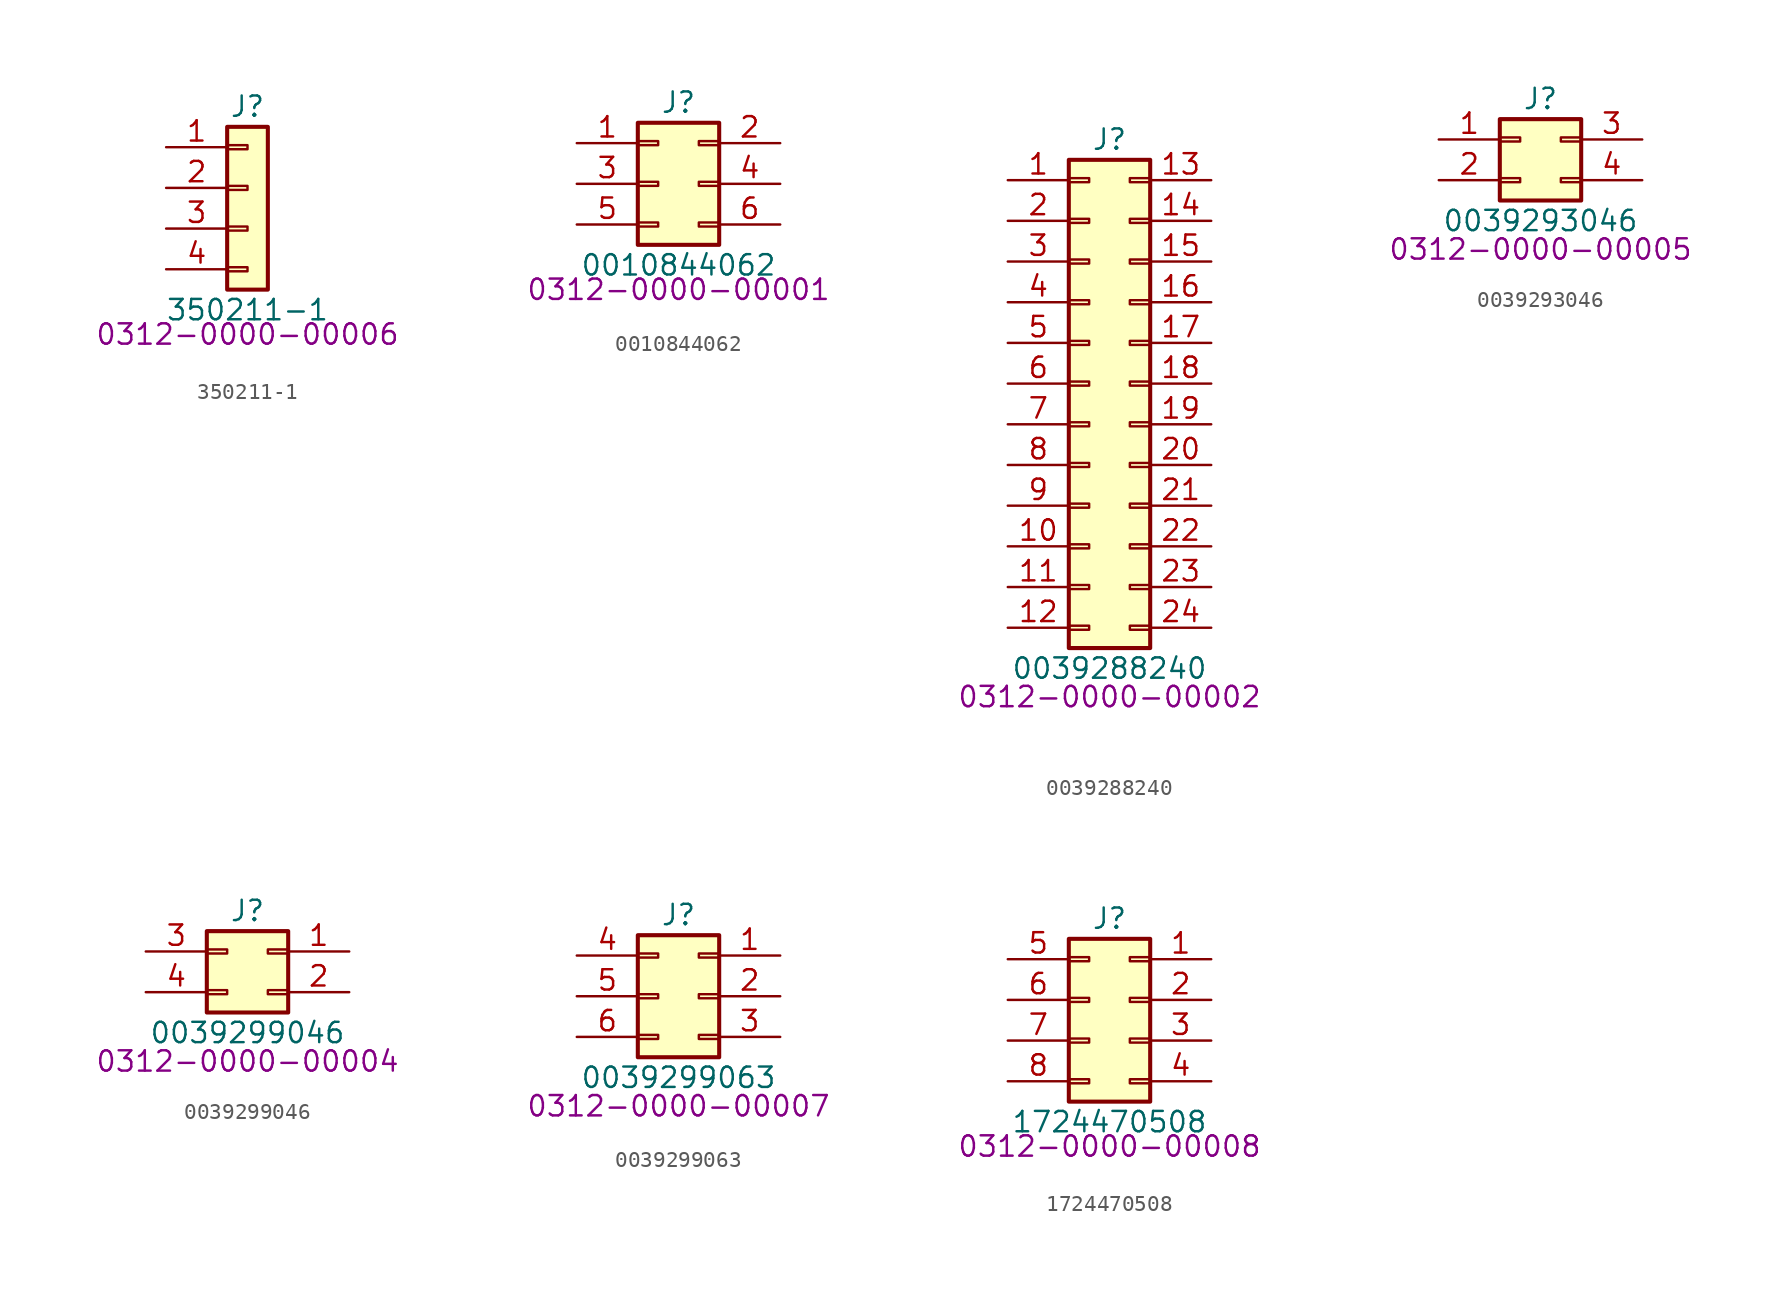
<source format=kicad_sym>
(kicad_symbol_lib
  (version 20231120)
  (generator "kicad_symbol_editor")
  (generator_version "8.0")
  (symbol "350211-1"
    (pin_names
      (offset 1.016) hide)
    (property "Reference" "J"
      (at 0 5.08 0)
      (effects (font (size 1.27 1.27))))
    (property "Value" "350211-1"
      (at 0 -7.62 0)
      (effects (font (size 1.27 1.27))))
    (property "PartNumber" "0312-0000-00006"
      (at 0 -9.144 0)
      (effects (font (size 1.27 1.27))))
    (symbol "350211-1_1_1"
      (rectangle (start -1.27 -4.953) (end 0 -5.207) (stroke (width 0.152) (type default)) (fill (type none)))
      (rectangle (start -1.27 -2.413) (end 0 -2.667) (stroke (width 0.152) (type default)) (fill (type none)))
      (rectangle (start -1.27 0.127) (end 0 -0.127) (stroke (width 0.152) (type default)) (fill (type none)))
      (rectangle (start -1.27 2.667) (end 0 2.413) (stroke (width 0.152) (type default)) (fill (type none)))
      (rectangle (start -1.27 3.81) (end 1.27 -6.35) (stroke (width 0.254) (type default)) (fill (type background)))
      (pin passive line (at -5.08 2.54 0) (length 3.81) (name "Pin_1" (effects (font (size 1.27 1.27)))) (number "1" (effects (font (size 1.27 1.27)))))
      (pin passive line (at -5.08 0 0) (length 3.81) (name "Pin_2" (effects (font (size 1.27 1.27)))) (number "2" (effects (font (size 1.27 1.27)))))
      (pin passive line (at -5.08 -2.54 0) (length 3.81) (name "Pin_3" (effects (font (size 1.27 1.27)))) (number "3" (effects (font (size 1.27 1.27)))))
      (pin passive line (at -5.08 -5.08 0) (length 3.81) (name "Pin_4" (effects (font (size 1.27 1.27)))) (number "4" (effects (font (size 1.27 1.27)))))))
  (symbol "0010844062"
    (pin_names
      (offset 1.016) hide)
    (property "Reference" "J"
      (at 1.27 5.08 0)
      (effects (font (size 1.27 1.27))))
    (property "Value" "0010844062"
      (at 1.27 -5.08 0)
      (effects (font (size 1.27 1.27))))
    (property "PartNumber" "0312-0000-00001"
      (at 1.27 -6.604 0)
      (effects (font (size 1.27 1.27))))
    (symbol "0010844062_1_1"
      (rectangle (start -1.27 -2.413) (end 0 -2.667) (stroke (width 0.152) (type default)) (fill (type none)))
      (rectangle (start -1.27 0.127) (end 0 -0.127) (stroke (width 0.152) (type default)) (fill (type none)))
      (rectangle (start -1.27 2.667) (end 0 2.413) (stroke (width 0.152) (type default)) (fill (type none)))
      (rectangle (start -1.27 3.81) (end 3.81 -3.81) (stroke (width 0.254) (type default)) (fill (type background)))
      (rectangle (start 3.81 -2.413) (end 2.54 -2.667) (stroke (width 0.152) (type default)) (fill (type none)))
      (rectangle (start 3.81 0.127) (end 2.54 -0.127) (stroke (width 0.152) (type default)) (fill (type none)))
      (rectangle (start 3.81 2.667) (end 2.54 2.413) (stroke (width 0.152) (type default)) (fill (type none)))
      (pin passive line (at -5.08 2.54 0) (length 3.81) (name "Pin_1" (effects (font (size 1.27 1.27)))) (number "1" (effects (font (size 1.27 1.27)))))
      (pin passive line (at 7.62 2.54 180) (length 3.81) (name "Pin_2" (effects (font (size 1.27 1.27)))) (number "2" (effects (font (size 1.27 1.27)))))
      (pin passive line (at -5.08 0 0) (length 3.81) (name "Pin_3" (effects (font (size 1.27 1.27)))) (number "3" (effects (font (size 1.27 1.27)))))
      (pin passive line (at 7.62 0 180) (length 3.81) (name "Pin_4" (effects (font (size 1.27 1.27)))) (number "4" (effects (font (size 1.27 1.27)))))
      (pin passive line (at -5.08 -2.54 0) (length 3.81) (name "Pin_5" (effects (font (size 1.27 1.27)))) (number "5" (effects (font (size 1.27 1.27)))))
      (pin passive line (at 7.62 -2.54 180) (length 3.81) (name "Pin_6" (effects (font (size 1.27 1.27)))) (number "6" (effects (font (size 1.27 1.27)))))))
  (symbol "0039288240"
    (pin_names
      (offset 1.016) hide)
    (property "Reference" "J"
      (at 1.27 15.24 0)
      (effects (font (size 1.27 1.27))))
    (property "Value" "0039288240"
      (at 1.27 -17.78 0)
      (effects (font (size 1.27 1.27))))
    (property "PartNumber" "0312-0000-00002"
      (at 1.27 -19.558 0)
      (effects (font (size 1.27 1.27))))
    (symbol "0039288240_1_1"
      (rectangle (start -1.27 -15.113) (end 0 -15.367) (stroke (width 0.152) (type default)) (fill (type none)))
      (rectangle (start -1.27 -12.573) (end 0 -12.827) (stroke (width 0.152) (type default)) (fill (type none)))
      (rectangle (start -1.27 -10.033) (end 0 -10.287) (stroke (width 0.152) (type default)) (fill (type none)))
      (rectangle (start -1.27 -7.493) (end 0 -7.747) (stroke (width 0.152) (type default)) (fill (type none)))
      (rectangle (start -1.27 -4.953) (end 0 -5.207) (stroke (width 0.152) (type default)) (fill (type none)))
      (rectangle (start -1.27 -2.413) (end 0 -2.667) (stroke (width 0.152) (type default)) (fill (type none)))
      (rectangle (start -1.27 0.127) (end 0 -0.127) (stroke (width 0.152) (type default)) (fill (type none)))
      (rectangle (start -1.27 2.667) (end 0 2.413) (stroke (width 0.152) (type default)) (fill (type none)))
      (rectangle (start -1.27 5.207) (end 0 4.953) (stroke (width 0.152) (type default)) (fill (type none)))
      (rectangle (start -1.27 7.747) (end 0 7.493) (stroke (width 0.152) (type default)) (fill (type none)))
      (rectangle (start -1.27 10.287) (end 0 10.033) (stroke (width 0.152) (type default)) (fill (type none)))
      (rectangle (start -1.27 12.827) (end 0 12.573) (stroke (width 0.152) (type default)) (fill (type none)))
      (rectangle (start -1.27 13.97) (end 3.81 -16.51) (stroke (width 0.254) (type default)) (fill (type background)))
      (rectangle (start 3.81 -15.113) (end 2.54 -15.367) (stroke (width 0.152) (type default)) (fill (type none)))
      (rectangle (start 3.81 -12.573) (end 2.54 -12.827) (stroke (width 0.152) (type default)) (fill (type none)))
      (rectangle (start 3.81 -10.033) (end 2.54 -10.287) (stroke (width 0.152) (type default)) (fill (type none)))
      (rectangle (start 3.81 -7.493) (end 2.54 -7.747) (stroke (width 0.152) (type default)) (fill (type none)))
      (rectangle (start 3.81 -4.953) (end 2.54 -5.207) (stroke (width 0.152) (type default)) (fill (type none)))
      (rectangle (start 3.81 -2.413) (end 2.54 -2.667) (stroke (width 0.152) (type default)) (fill (type none)))
      (rectangle (start 3.81 0.127) (end 2.54 -0.127) (stroke (width 0.152) (type default)) (fill (type none)))
      (rectangle (start 3.81 2.667) (end 2.54 2.413) (stroke (width 0.152) (type default)) (fill (type none)))
      (rectangle (start 3.81 5.207) (end 2.54 4.953) (stroke (width 0.152) (type default)) (fill (type none)))
      (rectangle (start 3.81 7.747) (end 2.54 7.493) (stroke (width 0.152) (type default)) (fill (type none)))
      (rectangle (start 3.81 10.287) (end 2.54 10.033) (stroke (width 0.152) (type default)) (fill (type none)))
      (rectangle (start 3.81 12.827) (end 2.54 12.573) (stroke (width 0.152) (type default)) (fill (type none)))
      (pin passive line (at -5.08 12.7 0) (length 3.81) (name "Pin_1" (effects (font (size 1.27 1.27)))) (number "1" (effects (font (size 1.27 1.27)))))
      (pin passive line (at -5.08 -10.16 0) (length 3.81) (name "Pin_10" (effects (font (size 1.27 1.27)))) (number "10" (effects (font (size 1.27 1.27)))))
      (pin passive line (at -5.08 -12.7 0) (length 3.81) (name "Pin_11" (effects (font (size 1.27 1.27)))) (number "11" (effects (font (size 1.27 1.27)))))
      (pin passive line (at -5.08 -15.24 0) (length 3.81) (name "Pin_12" (effects (font (size 1.27 1.27)))) (number "12" (effects (font (size 1.27 1.27)))))
      (pin passive line (at 7.62 12.7 180) (length 3.81) (name "Pin_13" (effects (font (size 1.27 1.27)))) (number "13" (effects (font (size 1.27 1.27)))))
      (pin passive line (at 7.62 10.16 180) (length 3.81) (name "Pin_14" (effects (font (size 1.27 1.27)))) (number "14" (effects (font (size 1.27 1.27)))))
      (pin passive line (at 7.62 7.62 180) (length 3.81) (name "Pin_15" (effects (font (size 1.27 1.27)))) (number "15" (effects (font (size 1.27 1.27)))))
      (pin passive line (at 7.62 5.08 180) (length 3.81) (name "Pin_16" (effects (font (size 1.27 1.27)))) (number "16" (effects (font (size 1.27 1.27)))))
      (pin passive line (at 7.62 2.54 180) (length 3.81) (name "Pin_17" (effects (font (size 1.27 1.27)))) (number "17" (effects (font (size 1.27 1.27)))))
      (pin passive line (at 7.62 0 180) (length 3.81) (name "Pin_18" (effects (font (size 1.27 1.27)))) (number "18" (effects (font (size 1.27 1.27)))))
      (pin passive line (at 7.62 -2.54 180) (length 3.81) (name "Pin_19" (effects (font (size 1.27 1.27)))) (number "19" (effects (font (size 1.27 1.27)))))
      (pin passive line (at -5.08 10.16 0) (length 3.81) (name "Pin_2" (effects (font (size 1.27 1.27)))) (number "2" (effects (font (size 1.27 1.27)))))
      (pin passive line (at 7.62 -5.08 180) (length 3.81) (name "Pin_20" (effects (font (size 1.27 1.27)))) (number "20" (effects (font (size 1.27 1.27)))))
      (pin passive line (at 7.62 -7.62 180) (length 3.81) (name "Pin_21" (effects (font (size 1.27 1.27)))) (number "21" (effects (font (size 1.27 1.27)))))
      (pin passive line (at 7.62 -10.16 180) (length 3.81) (name "Pin_22" (effects (font (size 1.27 1.27)))) (number "22" (effects (font (size 1.27 1.27)))))
      (pin passive line (at 7.62 -12.7 180) (length 3.81) (name "Pin_23" (effects (font (size 1.27 1.27)))) (number "23" (effects (font (size 1.27 1.27)))))
      (pin passive line (at 7.62 -15.24 180) (length 3.81) (name "Pin_24" (effects (font (size 1.27 1.27)))) (number "24" (effects (font (size 1.27 1.27)))))
      (pin passive line (at -5.08 7.62 0) (length 3.81) (name "Pin_3" (effects (font (size 1.27 1.27)))) (number "3" (effects (font (size 1.27 1.27)))))
      (pin passive line (at -5.08 5.08 0) (length 3.81) (name "Pin_4" (effects (font (size 1.27 1.27)))) (number "4" (effects (font (size 1.27 1.27)))))
      (pin passive line (at -5.08 2.54 0) (length 3.81) (name "Pin_5" (effects (font (size 1.27 1.27)))) (number "5" (effects (font (size 1.27 1.27)))))
      (pin passive line (at -5.08 0 0) (length 3.81) (name "Pin_6" (effects (font (size 1.27 1.27)))) (number "6" (effects (font (size 1.27 1.27)))))
      (pin passive line (at -5.08 -2.54 0) (length 3.81) (name "Pin_7" (effects (font (size 1.27 1.27)))) (number "7" (effects (font (size 1.27 1.27)))))
      (pin passive line (at -5.08 -5.08 0) (length 3.81) (name "Pin_8" (effects (font (size 1.27 1.27)))) (number "8" (effects (font (size 1.27 1.27)))))
      (pin passive line (at -5.08 -7.62 0) (length 3.81) (name "Pin_9" (effects (font (size 1.27 1.27)))) (number "9" (effects (font (size 1.27 1.27)))))))
  (symbol "0039293046"
    (pin_names
      (offset 1.016) hide)
    (property "Reference" "J"
      (at 1.27 2.54 0)
      (effects (font (size 1.27 1.27))))
    (property "Value" "0039293046"
      (at 1.27 -5.08 0)
      (effects (font (size 1.27 1.27))))
    (property "PartNumber" "0312-0000-00005"
      (at 1.27 -6.858 0)
      (effects (font (size 1.27 1.27))))
    (symbol "0039293046_1_1"
      (rectangle (start -1.27 -2.413) (end 0 -2.667) (stroke (width 0.152) (type default)) (fill (type none)))
      (rectangle (start -1.27 0.127) (end 0 -0.127) (stroke (width 0.152) (type default)) (fill (type none)))
      (rectangle (start -1.27 1.27) (end 3.81 -3.81) (stroke (width 0.254) (type default)) (fill (type background)))
      (rectangle (start 3.81 -2.413) (end 2.54 -2.667) (stroke (width 0.152) (type default)) (fill (type none)))
      (rectangle (start 3.81 0.127) (end 2.54 -0.127) (stroke (width 0.152) (type default)) (fill (type none)))
      (pin passive line (at -5.08 0 0) (length 3.81) (name "" (effects (font (size 1.27 1.27)))) (number "1" (effects (font (size 1.27 1.27)))))
      (pin passive line (at -5.08 -2.54 0) (length 3.81) (name "" (effects (font (size 1.27 1.27)))) (number "2" (effects (font (size 1.27 1.27)))))
      (pin passive line (at 7.62 0 180) (length 3.81) (name "" (effects (font (size 1.27 1.27)))) (number "3" (effects (font (size 1.27 1.27)))))
      (pin passive line (at 7.62 -2.54 180) (length 3.81) (name "" (effects (font (size 1.27 1.27)))) (number "4" (effects (font (size 1.27 1.27)))))))
  (symbol "0039299046"
    (pin_names
      (offset 1.016) hide)
    (property "Reference" "J"
      (at 1.27 2.54 0)
      (effects (font (size 1.27 1.27))))
    (property "Value" "0039299046"
      (at 1.27 -5.08 0)
      (effects (font (size 1.27 1.27))))
    (property "PartNumber" "0312-0000-00004"
      (at 1.27 -6.858 0)
      (effects (font (size 1.27 1.27))))
    (symbol "0039299046_1_1"
      (rectangle (start -1.27 -2.413) (end 0 -2.667) (stroke (width 0.152) (type default)) (fill (type none)))
      (rectangle (start -1.27 0.127) (end 0 -0.127) (stroke (width 0.152) (type default)) (fill (type none)))
      (rectangle (start -1.27 1.27) (end 3.81 -3.81) (stroke (width 0.254) (type default)) (fill (type background)))
      (rectangle (start 3.81 -2.413) (end 2.54 -2.667) (stroke (width 0.152) (type default)) (fill (type none)))
      (rectangle (start 3.81 0.127) (end 2.54 -0.127) (stroke (width 0.152) (type default)) (fill (type none)))
      (pin passive line (at 7.62 0 180) (length 3.81) (name "" (effects (font (size 1.27 1.27)))) (number "1" (effects (font (size 1.27 1.27)))))
      (pin passive line (at 7.62 -2.54 180) (length 3.81) (name "" (effects (font (size 1.27 1.27)))) (number "2" (effects (font (size 1.27 1.27)))))
      (pin passive line (at -5.08 0 0) (length 3.81) (name "" (effects (font (size 1.27 1.27)))) (number "3" (effects (font (size 1.27 1.27)))))
      (pin passive line (at -5.08 -2.54 0) (length 3.81) (name "" (effects (font (size 1.27 1.27)))) (number "4" (effects (font (size 1.27 1.27)))))))
  (symbol "0039299063"
    (pin_names
      (offset 1.016) hide)
    (property "Reference" "J"
      (at 1.27 5.08 0)
      (effects (font (size 1.27 1.27))))
    (property "Value" "0039299063"
      (at 1.27 -5.08 0)
      (effects (font (size 1.27 1.27))))
    (property "PartNumber" "0312-0000-00007"
      (at 1.27 -6.858 0)
      (effects (font (size 1.27 1.27))))
    (symbol "0039299063_1_1"
      (rectangle (start -1.27 -2.413) (end 0 -2.667) (stroke (width 0.152) (type default)) (fill (type none)))
      (rectangle (start -1.27 0.127) (end 0 -0.127) (stroke (width 0.152) (type default)) (fill (type none)))
      (rectangle (start -1.27 2.667) (end 0 2.413) (stroke (width 0.152) (type default)) (fill (type none)))
      (rectangle (start -1.27 3.81) (end 3.81 -3.81) (stroke (width 0.254) (type default)) (fill (type background)))
      (rectangle (start 3.81 -2.413) (end 2.54 -2.667) (stroke (width 0.152) (type default)) (fill (type none)))
      (rectangle (start 3.81 0.127) (end 2.54 -0.127) (stroke (width 0.152) (type default)) (fill (type none)))
      (rectangle (start 3.81 2.667) (end 2.54 2.413) (stroke (width 0.152) (type default)) (fill (type none)))
      (pin passive line (at 7.62 2.54 180) (length 3.81) (name "" (effects (font (size 1.27 1.27)))) (number "1" (effects (font (size 1.27 1.27)))))
      (pin passive line (at 7.62 0 180) (length 3.81) (name "" (effects (font (size 1.27 1.27)))) (number "2" (effects (font (size 1.27 1.27)))))
      (pin passive line (at 7.62 -2.54 180) (length 3.81) (name "" (effects (font (size 1.27 1.27)))) (number "3" (effects (font (size 1.27 1.27)))))
      (pin passive line (at -5.08 2.54 0) (length 3.81) (name "" (effects (font (size 1.27 1.27)))) (number "4" (effects (font (size 1.27 1.27)))))
      (pin passive line (at -5.08 0 0) (length 3.81) (name "" (effects (font (size 1.27 1.27)))) (number "5" (effects (font (size 1.27 1.27)))))
      (pin passive line (at -5.08 -2.54 0) (length 3.81) (name "" (effects (font (size 1.27 1.27)))) (number "6" (effects (font (size 1.27 1.27)))))))
  (symbol "1724470508"
    (pin_names
      (offset 1.016) hide)
    (property "Reference" "J"
      (at 1.27 5.08 0)
      (effects (font (size 1.27 1.27))))
    (property "Value" "1724470508"
      (at 1.27 -7.62 0)
      (effects (font (size 1.27 1.27))))
    (property "PartNumber" "0312-0000-00008"
      (at 1.27 -9.144 0)
      (effects (font (size 1.27 1.27))))
    (symbol "1724470508_1_1"
      (rectangle (start -1.27 -4.953) (end 0 -5.207) (stroke (width 0.152) (type default)) (fill (type none)))
      (rectangle (start -1.27 -2.413) (end 0 -2.667) (stroke (width 0.152) (type default)) (fill (type none)))
      (rectangle (start -1.27 0.127) (end 0 -0.127) (stroke (width 0.152) (type default)) (fill (type none)))
      (rectangle (start -1.27 2.667) (end 0 2.413) (stroke (width 0.152) (type default)) (fill (type none)))
      (rectangle (start -1.27 3.81) (end 3.81 -6.35) (stroke (width 0.254) (type default)) (fill (type background)))
      (rectangle (start 3.81 -4.953) (end 2.54 -5.207) (stroke (width 0.152) (type default)) (fill (type none)))
      (rectangle (start 3.81 -2.413) (end 2.54 -2.667) (stroke (width 0.152) (type default)) (fill (type none)))
      (rectangle (start 3.81 0.127) (end 2.54 -0.127) (stroke (width 0.152) (type default)) (fill (type none)))
      (rectangle (start 3.81 2.667) (end 2.54 2.413) (stroke (width 0.152) (type default)) (fill (type none)))
      (pin passive line (at 7.62 2.54 180) (length 3.81) (name "" (effects (font (size 1.27 1.27)))) (number "1" (effects (font (size 1.27 1.27)))))
      (pin passive line (at 7.62 0 180) (length 3.81) (name "" (effects (font (size 1.27 1.27)))) (number "2" (effects (font (size 1.27 1.27)))))
      (pin passive line (at 7.62 -2.54 180) (length 3.81) (name "" (effects (font (size 1.27 1.27)))) (number "3" (effects (font (size 1.27 1.27)))))
      (pin passive line (at 7.62 -5.08 180) (length 3.81) (name "" (effects (font (size 1.27 1.27)))) (number "4" (effects (font (size 1.27 1.27)))))
      (pin passive line (at -5.08 2.54 0) (length 3.81) (name "" (effects (font (size 1.27 1.27)))) (number "5" (effects (font (size 1.27 1.27)))))
      (pin passive line (at -5.08 0 0) (length 3.81) (name "" (effects (font (size 1.27 1.27)))) (number "6" (effects (font (size 1.27 1.27)))))
      (pin passive line (at -5.08 -2.54 0) (length 3.81) (name "" (effects (font (size 1.27 1.27)))) (number "7" (effects (font (size 1.27 1.27)))))
      (pin passive line (at -5.08 -5.08 0) (length 3.81) (name "" (effects (font (size 1.27 1.27)))) (number "8" (effects (font (size 1.27 1.27))))))))
</source>
